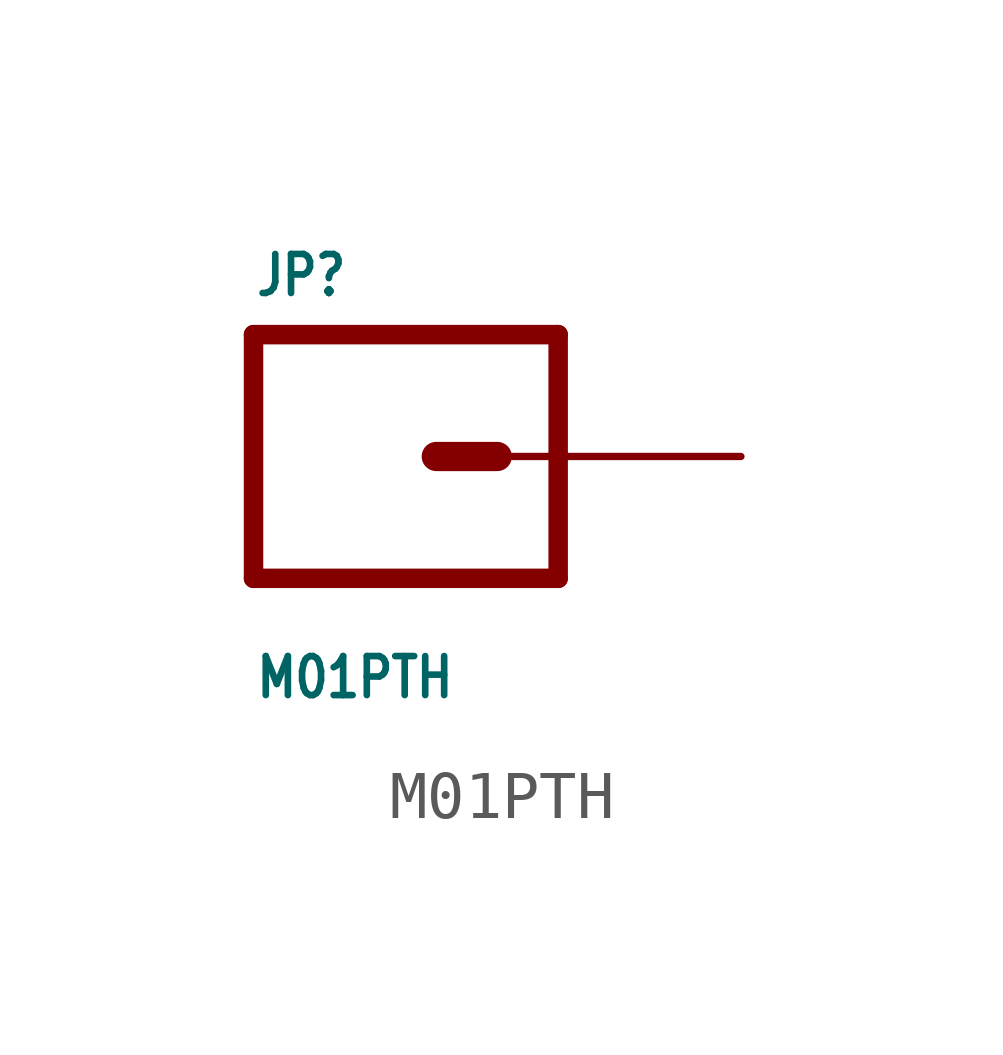
<source format=kicad_sym>
(kicad_symbol_lib
  (version 20211014)
  (generator kicad_symbol_editor)
  (symbol "M01PTH"
    (property "Reference" "JP"
      (at -2.54 3.302 0)
      (effects (font (size 0.813 0.691) bold) (justify left bottom)))
    (property "Value" "M01PTH"
      (at -2.54 -5.08 0)
      (effects (font (size 0.813 0.691) bold) (justify left bottom)))
    (property "ki_locked" ""
      (at 0 0 0)
      (effects (font (size 1.27 1.27))))
    (symbol "M01PTH_1_0"
      (polyline (pts (xy -2.54 2.54) (xy -2.54 -2.54)) (stroke (width 0.406) (type default) (color 0 0 0 0)) (fill (type none)))
      (polyline (pts (xy -2.54 2.54) (xy 3.81 2.54)) (stroke (width 0.406) (type default) (color 0 0 0 0)) (fill (type none)))
      (polyline (pts (xy 1.27 0) (xy 2.54 0)) (stroke (width 0.61) (type default) (color 0 0 0 0)) (fill (type none)))
      (polyline (pts (xy 3.81 -2.54) (xy -2.54 -2.54)) (stroke (width 0.406) (type default) (color 0 0 0 0)) (fill (type none)))
      (polyline (pts (xy 3.81 -2.54) (xy 3.81 2.54)) (stroke (width 0.406) (type default) (color 0 0 0 0)) (fill (type none)))
      (pin passive line (at 7.62 0 180) (length 5.08) (name "1" (effects (font (size 0 0)))) (number "1" (effects (font (size 0 0))))))))
</source>
